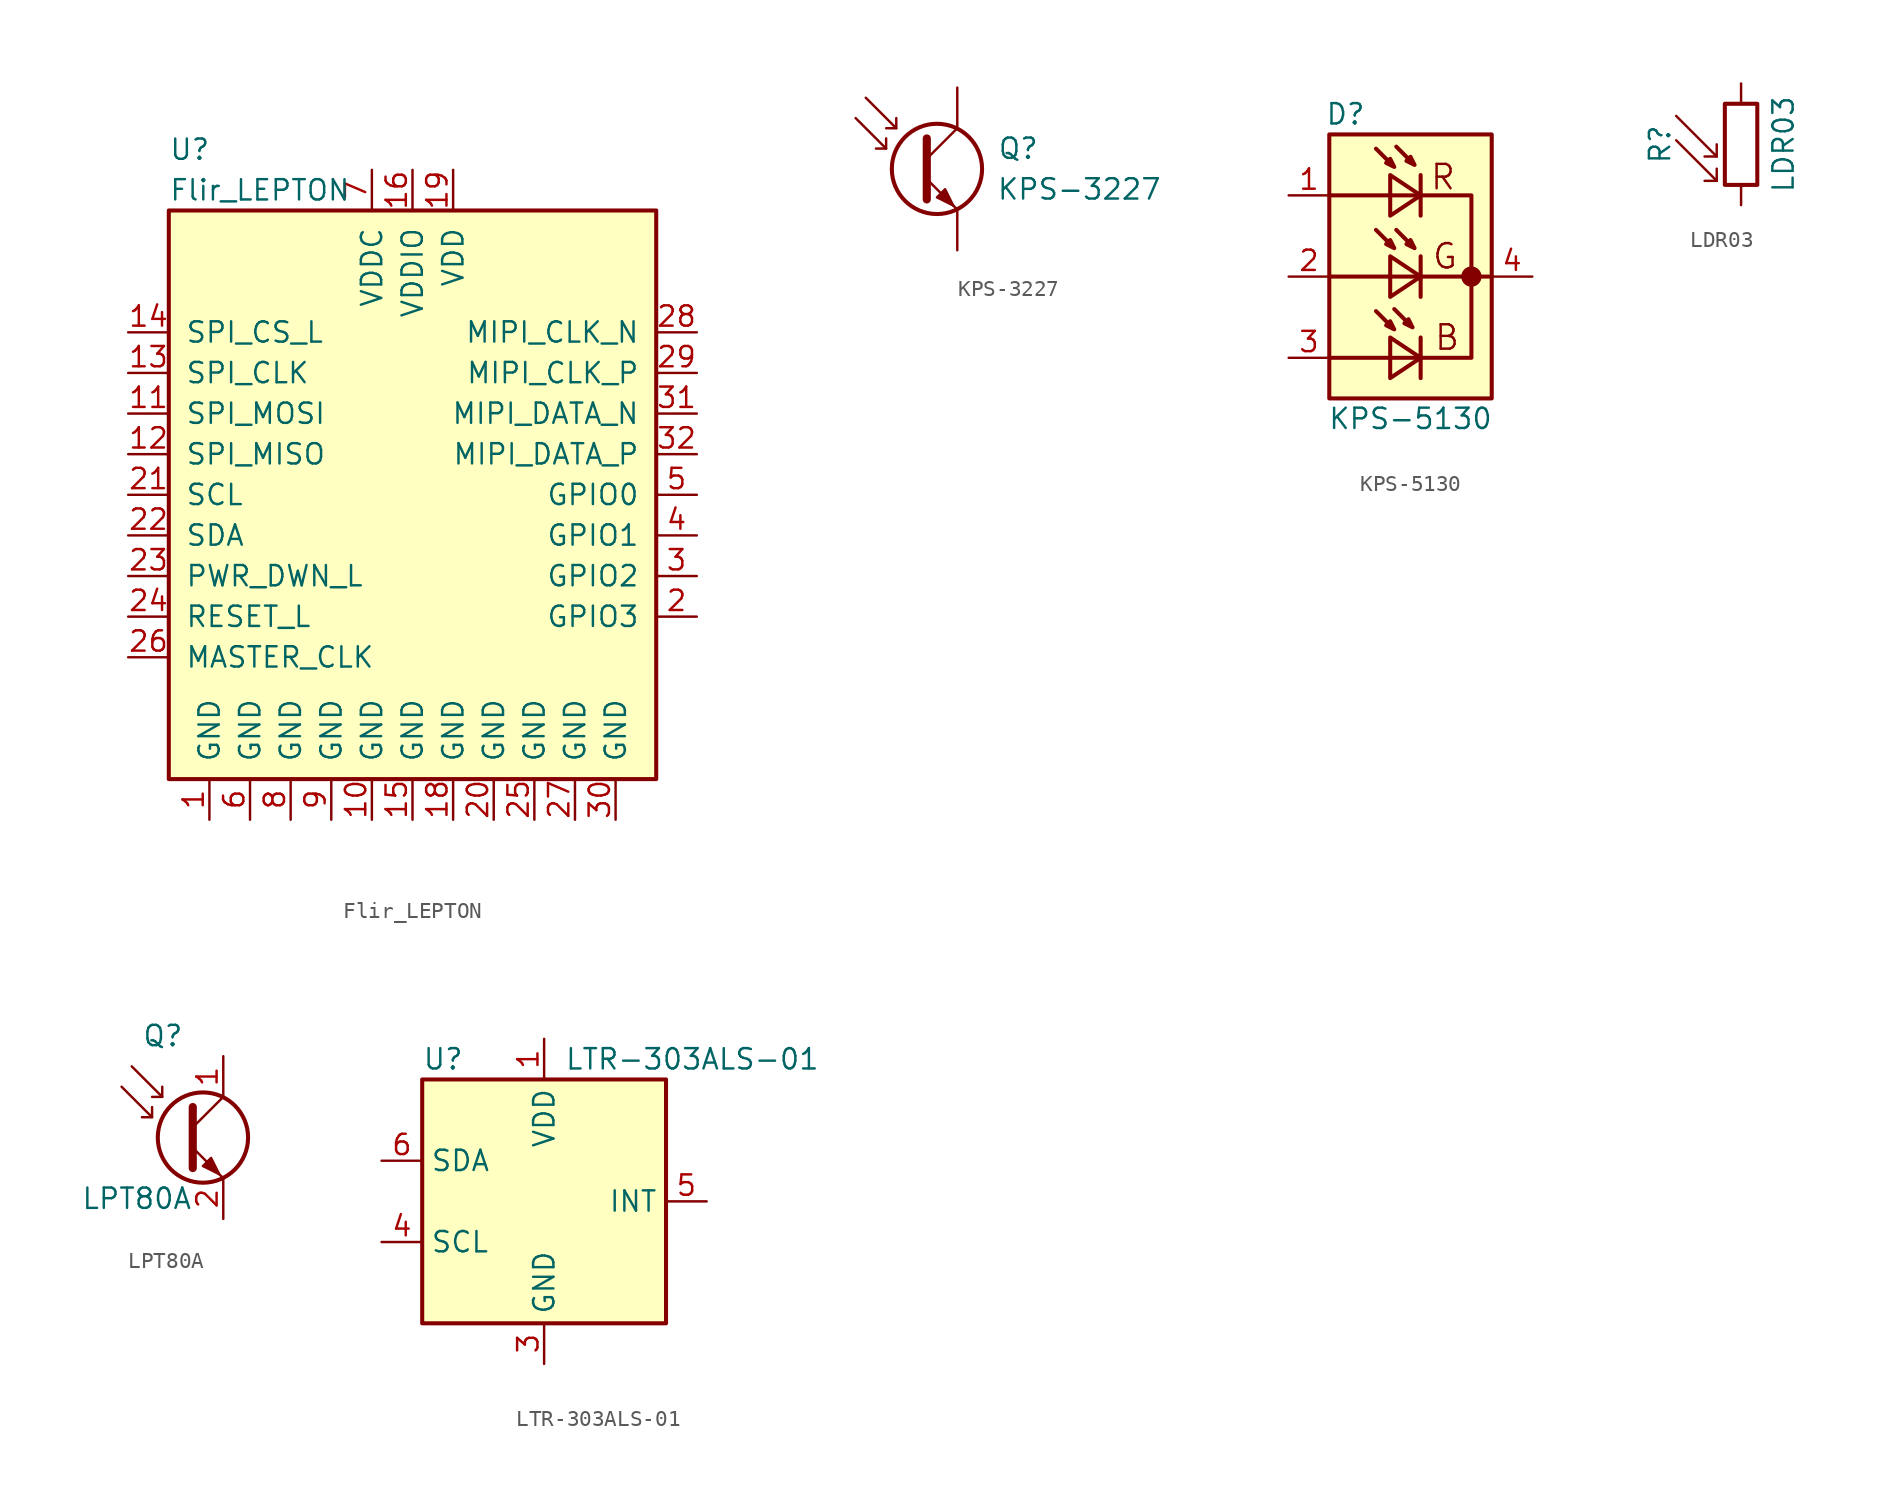
<source format=kicad_sym>
(kicad_symbol_lib
  (version 20211014)
  (generator kicad_symbol_editor)
  (symbol "Flir_LEPTON"
    (pin_names
      (offset 1.016))
    (property "Reference" "U"
      (at -15.24 21.59 0)
      (effects (font (size 1.27 1.27)) (justify left)))
    (property "Value" "Flir_LEPTON"
      (at -15.24 19.05 0)
      (effects (font (size 1.27 1.27)) (justify left)))
    (symbol "Flir_LEPTON_0_1"
      (rectangle (start -15.24 17.78) (end 15.24 -17.78) (stroke (width 0.254) (type default) (color 0 0 0 0)) (fill (type background))))
    (symbol "Flir_LEPTON_1_1"
      (pin power_in line (at -12.7 -20.32 90) (length 2.54) (name "GND" (effects (font (size 1.27 1.27)))) (number "1" (effects (font (size 1.27 1.27)))))
      (pin power_in line (at -2.54 -20.32 90) (length 2.54) (name "GND" (effects (font (size 1.27 1.27)))) (number "10" (effects (font (size 1.27 1.27)))))
      (pin input line (at -17.78 5.08 0) (length 2.54) (name "SPI_MOSI" (effects (font (size 1.27 1.27)))) (number "11" (effects (font (size 1.27 1.27)))))
      (pin output line (at -17.78 2.54 0) (length 2.54) (name "SPI_MISO" (effects (font (size 1.27 1.27)))) (number "12" (effects (font (size 1.27 1.27)))))
      (pin input line (at -17.78 7.62 0) (length 2.54) (name "SPI_CLK" (effects (font (size 1.27 1.27)))) (number "13" (effects (font (size 1.27 1.27)))))
      (pin input line (at -17.78 10.16 0) (length 2.54) (name "SPI_CS_L" (effects (font (size 1.27 1.27)))) (number "14" (effects (font (size 1.27 1.27)))))
      (pin power_in line (at 0 -20.32 90) (length 2.54) (name "GND" (effects (font (size 1.27 1.27)))) (number "15" (effects (font (size 1.27 1.27)))))
      (pin power_in line (at 0 20.32 270) (length 2.54) (name "VDDIO" (effects (font (size 1.27 1.27)))) (number "16" (effects (font (size 1.27 1.27)))))
      (pin no_connect line (at 17.78 -10.16 180) (length 2.54) hide (name "NC" (effects (font (size 1.27 1.27)))) (number "17" (effects (font (size 1.27 1.27)))))
      (pin power_in line (at 2.54 -20.32 90) (length 2.54) (name "GND" (effects (font (size 1.27 1.27)))) (number "18" (effects (font (size 1.27 1.27)))))
      (pin power_in line (at 2.54 20.32 270) (length 2.54) (name "VDD" (effects (font (size 1.27 1.27)))) (number "19" (effects (font (size 1.27 1.27)))))
      (pin bidirectional line (at 17.78 -7.62 180) (length 2.54) (name "GPIO3" (effects (font (size 1.27 1.27)))) (number "2" (effects (font (size 1.27 1.27)))))
      (pin power_in line (at 5.08 -20.32 90) (length 2.54) (name "GND" (effects (font (size 1.27 1.27)))) (number "20" (effects (font (size 1.27 1.27)))))
      (pin input line (at -17.78 0 0) (length 2.54) (name "SCL" (effects (font (size 1.27 1.27)))) (number "21" (effects (font (size 1.27 1.27)))))
      (pin bidirectional line (at -17.78 -2.54 0) (length 2.54) (name "SDA" (effects (font (size 1.27 1.27)))) (number "22" (effects (font (size 1.27 1.27)))))
      (pin input line (at -17.78 -5.08 0) (length 2.54) (name "PWR_DWN_L" (effects (font (size 1.27 1.27)))) (number "23" (effects (font (size 1.27 1.27)))))
      (pin input line (at -17.78 -7.62 0) (length 2.54) (name "RESET_L" (effects (font (size 1.27 1.27)))) (number "24" (effects (font (size 1.27 1.27)))))
      (pin power_in line (at 7.62 -20.32 90) (length 2.54) (name "GND" (effects (font (size 1.27 1.27)))) (number "25" (effects (font (size 1.27 1.27)))))
      (pin input line (at -17.78 -10.16 0) (length 2.54) (name "MASTER_CLK" (effects (font (size 1.27 1.27)))) (number "26" (effects (font (size 1.27 1.27)))))
      (pin power_in line (at 10.16 -20.32 90) (length 2.54) (name "GND" (effects (font (size 1.27 1.27)))) (number "27" (effects (font (size 1.27 1.27)))))
      (pin output line (at 17.78 10.16 180) (length 2.54) (name "MIPI_CLK_N" (effects (font (size 1.27 1.27)))) (number "28" (effects (font (size 1.27 1.27)))))
      (pin output line (at 17.78 7.62 180) (length 2.54) (name "MIPI_CLK_P" (effects (font (size 1.27 1.27)))) (number "29" (effects (font (size 1.27 1.27)))))
      (pin bidirectional line (at 17.78 -5.08 180) (length 2.54) (name "GPIO2" (effects (font (size 1.27 1.27)))) (number "3" (effects (font (size 1.27 1.27)))))
      (pin power_in line (at 12.7 -20.32 90) (length 2.54) (name "GND" (effects (font (size 1.27 1.27)))) (number "30" (effects (font (size 1.27 1.27)))))
      (pin output line (at 17.78 5.08 180) (length 2.54) (name "MIPI_DATA_N" (effects (font (size 1.27 1.27)))) (number "31" (effects (font (size 1.27 1.27)))))
      (pin output line (at 17.78 2.54 180) (length 2.54) (name "MIPI_DATA_P" (effects (font (size 1.27 1.27)))) (number "32" (effects (font (size 1.27 1.27)))))
      (pin bidirectional line (at 17.78 -2.54 180) (length 2.54) (name "GPIO1" (effects (font (size 1.27 1.27)))) (number "4" (effects (font (size 1.27 1.27)))))
      (pin bidirectional line (at 17.78 0 180) (length 2.54) (name "GPIO0" (effects (font (size 1.27 1.27)))) (number "5" (effects (font (size 1.27 1.27)))))
      (pin power_in line (at -10.16 -20.32 90) (length 2.54) (name "GND" (effects (font (size 1.27 1.27)))) (number "6" (effects (font (size 1.27 1.27)))))
      (pin power_in line (at -2.54 20.32 270) (length 2.54) (name "VDDC" (effects (font (size 1.27 1.27)))) (number "7" (effects (font (size 1.27 1.27)))))
      (pin power_in line (at -7.62 -20.32 90) (length 2.54) (name "GND" (effects (font (size 1.27 1.27)))) (number "8" (effects (font (size 1.27 1.27)))))
      (pin power_in line (at -5.08 -20.32 90) (length 2.54) (name "GND" (effects (font (size 1.27 1.27)))) (number "9" (effects (font (size 1.27 1.27)))))))
  (symbol "KPS-3227"
    (pin_numbers hide)
    (property "Reference" "Q"
      (at 3.81 1.27 0)
      (effects (font (size 1.27 1.27))))
    (property "Value" "KPS-3227"
      (at 7.62 -1.27 0)
      (effects (font (size 1.27 1.27))))
    (symbol "KPS-3227_1_1"
      (circle (center -1.27 0) (radius 2.819) (stroke (width 0.254) (type default) (color 0 0 0 0)) (fill (type none)))
      (polyline (pts (xy -4.445 1.27) (xy -5.08 1.27)) (stroke (width 0) (type default) (color 0 0 0 0)) (fill (type none)))
      (polyline (pts (xy -3.81 2.54) (xy -4.445 2.54)) (stroke (width 0) (type default) (color 0 0 0 0)) (fill (type none)))
      (polyline (pts (xy -1.905 0.635) (xy 0 2.54)) (stroke (width 0) (type default) (color 0 0 0 0)) (fill (type none)))
      (polyline (pts (xy -6.35 3.175) (xy -4.445 1.27) (xy -4.445 1.905)) (stroke (width 0) (type default) (color 0 0 0 0)) (fill (type none)))
      (polyline (pts (xy -5.715 4.445) (xy -3.81 2.54) (xy -3.81 3.175)) (stroke (width 0) (type default) (color 0 0 0 0)) (fill (type none)))
      (polyline (pts (xy -1.905 -0.635) (xy 0 -2.54) (xy 0 -2.54)) (stroke (width 0) (type default) (color 0 0 0 0)) (fill (type none)))
      (polyline (pts (xy -1.905 1.905) (xy -1.905 -1.905) (xy -1.905 -1.905)) (stroke (width 0.508) (type default) (color 0 0 0 0)) (fill (type none)))
      (polyline (pts (xy -1.27 -1.778) (xy -0.762 -1.27) (xy -0.254 -2.286) (xy -1.27 -1.778) (xy -1.27 -1.778)) (stroke (width 0) (type default) (color 0 0 0 0)) (fill (type outline)))
      (pin passive line (at 0 5.08 270) (length 2.54) (name "~" (effects (font (size 1.27 1.27)))) (number "1" (effects (font (size 1.27 1.27)))))
      (pin passive line (at 0 -5.08 90) (length 2.54) (name "~" (effects (font (size 1.27 1.27)))) (number "2" (effects (font (size 1.27 1.27)))))
      (pin passive line (at 0 5.08 270) (length 2.54) hide (name "~" (effects (font (size 1.27 1.27)))) (number "3" (effects (font (size 1.27 1.27)))))
      (pin passive line (at 0 -5.08 90) (length 2.54) hide (name "~" (effects (font (size 1.27 1.27)))) (number "4" (effects (font (size 1.27 1.27)))))))
  (symbol "KPS-5130"
    (pin_names hide)
    (property "Reference" "D"
      (at -4.064 10.16 0)
      (effects (font (size 1.27 1.27))))
    (property "Value" "KPS-5130"
      (at 0 -8.89 0)
      (effects (font (size 1.27 1.27))))
    (symbol "KPS-5130_0_0"
      (text "B" (at 2.286 -3.81 0) (effects (font (size 1.524 1.524))))
      (text "G" (at 2.159 1.27 0) (effects (font (size 1.524 1.524))))
      (text "R" (at 2.032 6.223 0) (effects (font (size 1.524 1.524)))))
    (symbol "KPS-5130_0_1"
      (polyline (pts (xy 5.08 0) (xy -5.08 0)) (stroke (width 0.254) (type default) (color 0 0 0 0)) (fill (type none)))
      (polyline (pts (xy -5.08 5.08) (xy 3.81 5.08) (xy 3.81 -5.08) (xy -5.08 -5.08)) (stroke (width 0.254) (type default) (color 0 0 0 0)) (fill (type none)))
      (polyline (pts (xy -2.159 -2.159) (xy -1.016 -3.302) (xy -1.27 -2.794) (xy -1.524 -3.048) (xy -1.016 -3.302)) (stroke (width 0.254) (type default) (color 0 0 0 0)) (fill (type none)))
      (polyline (pts (xy -2.159 2.921) (xy -1.016 1.778) (xy -1.27 2.286) (xy -1.524 2.032) (xy -1.016 1.778)) (stroke (width 0.254) (type default) (color 0 0 0 0)) (fill (type none)))
      (polyline (pts (xy -2.159 8.001) (xy -1.016 6.858) (xy -1.27 7.366) (xy -1.524 7.112) (xy -1.016 6.858)) (stroke (width 0.254) (type default) (color 0 0 0 0)) (fill (type none)))
      (polyline (pts (xy -1.016 -2.032) (xy 0.127 -3.175) (xy -0.127 -2.667) (xy -0.381 -2.921) (xy 0.127 -3.175)) (stroke (width 0.254) (type default) (color 0 0 0 0)) (fill (type none)))
      (polyline (pts (xy -0.889 2.921) (xy 0.254 1.778) (xy 0 2.286) (xy -0.254 2.032) (xy 0.254 1.778)) (stroke (width 0.254) (type default) (color 0 0 0 0)) (fill (type none)))
      (polyline (pts (xy -0.889 8.128) (xy 0.254 6.985) (xy 0 7.493) (xy -0.254 7.239) (xy 0.254 6.985)) (stroke (width 0.254) (type default) (color 0 0 0 0)) (fill (type none)))
      (polyline (pts (xy 0.635 -3.81) (xy 0.635 -6.35) (xy 0.635 -5.08) (xy -1.27 -3.81) (xy -1.27 -6.35) (xy 0.635 -5.08)) (stroke (width 0.254) (type default) (color 0 0 0 0)) (fill (type none)))
      (polyline (pts (xy 0.635 1.27) (xy 0.635 -1.27) (xy 0.635 0) (xy -1.27 1.27) (xy -1.27 -1.27) (xy 0.635 0)) (stroke (width 0.254) (type default) (color 0 0 0 0)) (fill (type none)))
      (polyline (pts (xy 0.635 6.35) (xy 0.635 3.81) (xy 0.635 5.08) (xy -1.27 6.35) (xy -1.27 3.81) (xy 0.635 5.08)) (stroke (width 0.254) (type default) (color 0 0 0 0)) (fill (type none)))
      (circle (center 3.81 0) (radius 0.508) (stroke (width 0.254) (type default) (color 0 0 0 0)) (fill (type outline))))
    (symbol "KPS-5130_1_1"
      (rectangle (start 5.08 8.89) (end -5.08 -7.62) (stroke (width 0.254) (type default) (color 0 0 0 0)) (fill (type background)))
      (pin passive line (at -7.62 5.08 0) (length 2.54) (name "AR" (effects (font (size 1.27 1.27)))) (number "1" (effects (font (size 1.27 1.27)))))
      (pin passive line (at -7.62 0 0) (length 2.54) (name "AG" (effects (font (size 1.27 1.27)))) (number "2" (effects (font (size 1.27 1.27)))))
      (pin passive line (at -7.62 -5.08 0) (length 2.54) (name "AB" (effects (font (size 1.27 1.27)))) (number "3" (effects (font (size 1.27 1.27)))))
      (pin passive line (at 7.62 0 180) (length 2.54) (name "C" (effects (font (size 1.27 1.27)))) (number "4" (effects (font (size 1.27 1.27)))))))
  (symbol "LDR03"
    (pin_numbers hide)
    (pin_names
      (offset 0))
    (property "Reference" "R"
      (at -5.08 0 90)
      (effects (font (size 1.27 1.27))))
    (property "Value" "LDR03"
      (at 1.905 0 90)
      (effects (font (size 1.27 1.27)) (justify top)))
    (symbol "LDR03_0_1"
      (rectangle (start -1.016 2.54) (end 1.016 -2.54) (stroke (width 0.254) (type default) (color 0 0 0 0)) (fill (type none)))
      (polyline (pts (xy -1.524 -2.286) (xy -4.064 0.254)) (stroke (width 0) (type default) (color 0 0 0 0)) (fill (type none)))
      (polyline (pts (xy -1.524 -2.286) (xy -2.286 -2.286)) (stroke (width 0) (type default) (color 0 0 0 0)) (fill (type none)))
      (polyline (pts (xy -1.524 -2.286) (xy -1.524 -1.524)) (stroke (width 0) (type default) (color 0 0 0 0)) (fill (type none)))
      (polyline (pts (xy -1.524 -0.762) (xy -4.064 1.778)) (stroke (width 0) (type default) (color 0 0 0 0)) (fill (type none)))
      (polyline (pts (xy -1.524 -0.762) (xy -2.286 -0.762)) (stroke (width 0) (type default) (color 0 0 0 0)) (fill (type none)))
      (polyline (pts (xy -1.524 -0.762) (xy -1.524 0)) (stroke (width 0) (type default) (color 0 0 0 0)) (fill (type none))))
    (symbol "LDR03_1_1"
      (pin passive line (at 0 3.81 270) (length 1.27) (name "~" (effects (font (size 1.27 1.27)))) (number "1" (effects (font (size 1.27 1.27)))))
      (pin passive line (at 0 -3.81 90) (length 1.27) (name "~" (effects (font (size 1.27 1.27)))) (number "2" (effects (font (size 1.27 1.27)))))))
  (symbol "LPT80A"
    (pin_names hide)
    (property "Reference" "Q"
      (at -5.08 6.35 0)
      (effects (font (size 1.27 1.27)) (justify left)))
    (property "Value" "LPT80A"
      (at -8.89 -3.81 0)
      (effects (font (size 1.27 1.27)) (justify left)))
    (symbol "LPT80A_0_1"
      (circle (center -1.27 0) (radius 2.819) (stroke (width 0.254) (type default) (color 0 0 0 0)) (fill (type none)))
      (polyline (pts (xy -4.445 1.27) (xy -5.08 1.27)) (stroke (width 0) (type default) (color 0 0 0 0)) (fill (type none)))
      (polyline (pts (xy -3.81 2.54) (xy -4.445 2.54)) (stroke (width 0) (type default) (color 0 0 0 0)) (fill (type none)))
      (polyline (pts (xy -1.905 0.635) (xy 0 2.54)) (stroke (width 0) (type default) (color 0 0 0 0)) (fill (type none)))
      (polyline (pts (xy -6.35 3.175) (xy -4.445 1.27) (xy -4.445 1.905)) (stroke (width 0) (type default) (color 0 0 0 0)) (fill (type none)))
      (polyline (pts (xy -5.715 4.445) (xy -3.81 2.54) (xy -3.81 3.175)) (stroke (width 0) (type default) (color 0 0 0 0)) (fill (type none)))
      (polyline (pts (xy -1.905 -0.635) (xy 0 -2.54) (xy 0 -2.54)) (stroke (width 0) (type default) (color 0 0 0 0)) (fill (type none)))
      (polyline (pts (xy -1.905 1.905) (xy -1.905 -1.905) (xy -1.905 -1.905)) (stroke (width 0.508) (type default) (color 0 0 0 0)) (fill (type none)))
      (polyline (pts (xy -1.27 -1.778) (xy -0.762 -1.27) (xy -0.254 -2.286) (xy -1.27 -1.778) (xy -1.27 -1.778)) (stroke (width 0) (type default) (color 0 0 0 0)) (fill (type outline))))
    (symbol "LPT80A_1_1"
      (pin passive line (at 0 5.08 270) (length 2.54) (name "C" (effects (font (size 1.27 1.27)))) (number "1" (effects (font (size 1.27 1.27)))))
      (pin passive line (at 0 -5.08 90) (length 2.54) (name "E" (effects (font (size 1.27 1.27)))) (number "2" (effects (font (size 1.27 1.27)))))))
  (symbol "LTR-303ALS-01"
    (property "Reference" "U"
      (at -7.62 8.89 0)
      (effects (font (size 1.27 1.27)) (justify left)))
    (property "Value" "LTR-303ALS-01"
      (at 1.27 8.89 0)
      (effects (font (size 1.27 1.27)) (justify left)))
    (symbol "LTR-303ALS-01_0_1"
      (rectangle (start -7.62 7.62) (end 7.62 -7.62) (stroke (width 0.254) (type default) (color 0 0 0 0)) (fill (type background))))
    (symbol "LTR-303ALS-01_1_1"
      (pin power_in line (at 0 10.16 270) (length 2.54) (name "VDD" (effects (font (size 1.27 1.27)))) (number "1" (effects (font (size 1.27 1.27)))))
      (pin no_connect line (at 2.54 0 180) (length 2.54) hide (name "NC" (effects (font (size 1.27 1.27)))) (number "2" (effects (font (size 1.27 1.27)))))
      (pin power_in line (at 0 -10.16 90) (length 2.54) (name "GND" (effects (font (size 1.27 1.27)))) (number "3" (effects (font (size 1.27 1.27)))))
      (pin input line (at -10.16 -2.54 0) (length 2.54) (name "SCL" (effects (font (size 1.27 1.27)))) (number "4" (effects (font (size 1.27 1.27)))))
      (pin open_collector line (at 10.16 0 180) (length 2.54) (name "INT" (effects (font (size 1.27 1.27)))) (number "5" (effects (font (size 1.27 1.27)))))
      (pin bidirectional line (at -10.16 2.54 0) (length 2.54) (name "SDA" (effects (font (size 1.27 1.27)))) (number "6" (effects (font (size 1.27 1.27))))))))
</source>
